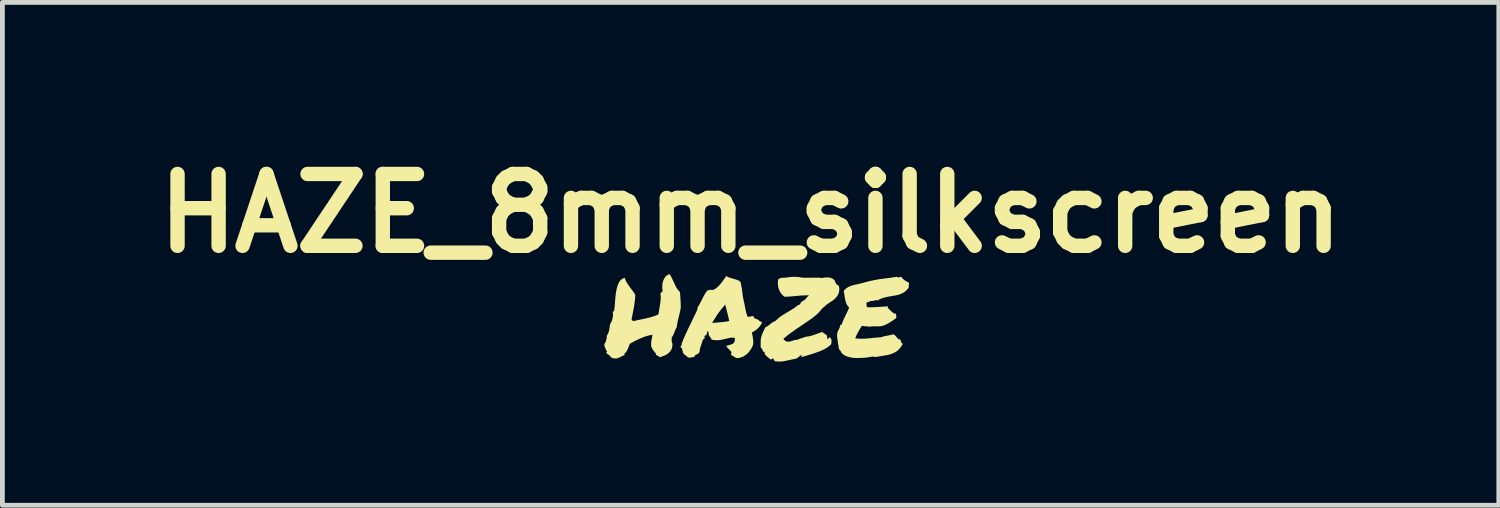
<source format=kicad_pcb>
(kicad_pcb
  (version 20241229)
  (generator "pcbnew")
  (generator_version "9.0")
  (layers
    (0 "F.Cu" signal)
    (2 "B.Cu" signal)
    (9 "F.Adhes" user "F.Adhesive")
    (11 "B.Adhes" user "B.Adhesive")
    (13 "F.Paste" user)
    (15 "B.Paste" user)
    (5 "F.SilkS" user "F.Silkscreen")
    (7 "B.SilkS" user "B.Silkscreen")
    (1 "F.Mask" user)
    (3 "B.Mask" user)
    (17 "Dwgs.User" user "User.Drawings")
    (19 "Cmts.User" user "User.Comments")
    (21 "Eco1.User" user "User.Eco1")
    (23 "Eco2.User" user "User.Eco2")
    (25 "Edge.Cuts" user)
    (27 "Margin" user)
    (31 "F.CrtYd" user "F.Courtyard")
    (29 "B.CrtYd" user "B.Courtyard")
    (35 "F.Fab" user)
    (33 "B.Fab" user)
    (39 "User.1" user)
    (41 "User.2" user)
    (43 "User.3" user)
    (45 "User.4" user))
  (footprint "HAZE_8mm_silkscreen"
    (layer "F.Cu")
    (at 12.621 3.404)
    (property "Reference" "HAZE_8mm_silkscreen" (at 0 -2 0) (layer "F.SilkS") (effects (font (size 1.5 1.5) (thickness 0.3))))
    (attr board_only exclude_from_pos_files exclude_from_bom)
    (fp_poly (pts (xy -1.675 -0.706) (xy -1.665 -0.689) (xy -1.654 -0.669) (xy -1.643 -0.647) (xy -1.63 -0.62) (xy -1.615 -0.587) (xy -1.608 -0.573) (xy -1.59 -0.533) (xy -1.575 -0.5) (xy -1.56 -0.471) (xy -1.547 -0.448) (xy -1.535 -0.427) (xy -1.523 -0.41) (xy -1.511 -0.395) (xy -1.499 -0.382) (xy -1.496 -0.378) (xy -1.474 -0.357) (xy -1.47 -0.295) (xy -1.467 -0.261) (xy -1.465 -0.225) (xy -1.463 -0.189) (xy -1.461 -0.154) (xy -1.46 -0.121) (xy -1.458 -0.092) (xy -1.458 -0.068) (xy -1.458 -0.053) (xy -1.458 -0.036) (xy -1.46 -0.016) (xy -1.463 0.006) (xy -1.468 0.032) (xy -1.475 0.062) (xy -1.483 0.097) (xy -1.493 0.139) (xy -1.497 0.151) (xy -1.511 0.211) (xy -1.523 0.265) (xy -1.532 0.313) (xy -1.536 0.342) (xy -1.538 0.36) (xy -1.541 0.373) (xy -1.545 0.384) (xy -1.551 0.395) (xy -1.553 0.4) (xy -1.56 0.411) (xy -1.567 0.428) (xy -1.576 0.447) (xy -1.584 0.467) (xy -1.585 0.471) (xy -1.597 0.502) (xy -1.608 0.527) (xy -1.618 0.548) (xy -1.627 0.564) (xy -1.636 0.576) (xy -1.647 0.59) (xy -1.647 0.638) (xy -1.647 0.659) (xy -1.646 0.674) (xy -1.645 0.685) (xy -1.643 0.694) (xy -1.64 0.703) (xy -1.638 0.705) (xy -1.635 0.715) (xy -1.632 0.724) (xy -1.632 0.734) (xy -1.632 0.747) (xy -1.632 0.758) (xy -1.634 0.777) (xy -1.637 0.796) (xy -1.641 0.812) (xy -1.642 0.816) (xy -1.654 0.844) (xy -1.671 0.873) (xy -1.694 0.9) (xy -1.719 0.924) (xy -1.747 0.944) (xy -1.748 0.945) (xy -1.762 0.952) (xy -1.781 0.962) (xy -1.804 0.972) (xy -1.829 0.982) (xy -1.854 0.991) (xy -1.87 0.996) (xy -1.894 1.004) (xy -1.923 0.984) (xy -1.936 0.975) (xy -1.949 0.967) (xy -1.959 0.962) (xy -1.962 0.96) (xy -1.973 0.956) (xy -1.977 0.952) (xy -1.977 0.946) (xy -1.975 0.942) (xy -1.974 0.938) (xy -1.974 0.933) (xy -1.977 0.928) (xy -1.983 0.92) (xy -1.994 0.908) (xy -2.012 0.886) (xy -2.03 0.863) (xy -2.045 0.839) (xy -2.058 0.818) (xy -2.067 0.799) (xy -2.068 0.795) (xy -2.074 0.773) (xy -2.076 0.747) (xy -2.076 0.715) (xy -2.073 0.679) (xy -2.067 0.637) (xy -2.061 0.607) (xy -2.048 0.535) (xy -2.062 0.537) (xy -2.11 0.547) (xy -2.162 0.56) (xy -2.217 0.578) (xy -2.274 0.6) (xy -2.334 0.626) (xy -2.394 0.655) (xy -2.454 0.686) (xy -2.477 0.699) (xy -2.522 0.725) (xy -2.536 0.764) (xy -2.545 0.787) (xy -2.555 0.812) (xy -2.566 0.837) (xy -2.578 0.86) (xy -2.589 0.88) (xy -2.598 0.894) (xy -2.599 0.897) (xy -2.609 0.907) (xy -2.62 0.915) (xy -2.624 0.918) (xy -2.633 0.922) (xy -2.636 0.926) (xy -2.634 0.93) (xy -2.633 0.933) (xy -2.628 0.946) (xy -2.63 0.955) (xy -2.637 0.961) (xy -2.639 0.962) (xy -2.647 0.965) (xy -2.659 0.971) (xy -2.674 0.978) (xy -2.691 0.987) (xy -2.694 0.988) (xy -2.72 1.001) (xy -2.742 1.011) (xy -2.76 1.019) (xy -2.776 1.024) (xy -2.79 1.028) (xy -2.804 1.03) (xy -2.815 1.031) (xy -2.842 1.03) (xy -2.863 1.027) (xy -2.864 1.027) (xy -2.878 1.022) (xy -2.894 1.017) (xy -2.902 1.013) (xy -2.914 1.007) (xy -2.92 1.002) (xy -2.923 0.996) (xy -2.924 0.994) (xy -2.927 0.985) (xy -2.934 0.977) (xy -2.945 0.967) (xy -2.961 0.956) (xy -2.97 0.949) (xy -2.987 0.938) (xy -2.998 0.93) (xy -3.005 0.923) (xy -3.009 0.917) (xy -3.011 0.911) (xy -3.011 0.908) (xy -3.009 0.9) (xy -3.004 0.894) (xy -2.999 0.891) (xy -2.995 0.893) (xy -2.993 0.894) (xy -2.994 0.891) (xy -2.999 0.883) (xy -3.005 0.873) (xy -3.013 0.86) (xy -3.02 0.845) (xy -3.024 0.838) (xy -3.028 0.827) (xy -3.034 0.811) (xy -3.041 0.796) (xy -3.042 0.793) (xy -3.049 0.776) (xy -3.053 0.763) (xy -3.054 0.753) (xy -3.052 0.741) (xy -3.049 0.727) (xy -3.043 0.71) (xy -3.038 0.699) (xy -3.034 0.694) (xy -3.028 0.693) (xy -3.028 0.693) (xy -3.024 0.693) (xy -3.022 0.689) (xy -3.022 0.681) (xy -3.022 0.678) (xy -3.02 0.666) (xy -3.017 0.651) (xy -3.013 0.635) (xy -3.011 0.628) (xy -3.006 0.612) (xy -3.003 0.601) (xy -3.002 0.592) (xy -3.003 0.585) (xy -3.004 0.582) (xy -3.005 0.575) (xy -3.005 0.569) (xy -3.003 0.562) (xy -2.999 0.553) (xy -2.991 0.539) (xy -2.99 0.537) (xy -2.981 0.52) (xy -2.972 0.501) (xy -2.965 0.484) (xy -2.963 0.479) (xy -2.957 0.457) (xy -2.951 0.431) (xy -2.946 0.402) (xy -2.941 0.372) (xy -2.938 0.344) (xy -2.938 0.342) (xy -2.936 0.326) (xy -2.934 0.315) (xy -2.931 0.307) (xy -2.926 0.3) (xy -2.925 0.299) (xy -2.91 0.276) (xy -2.898 0.248) (xy -2.887 0.217) (xy -2.879 0.183) (xy -2.874 0.149) (xy -2.872 0.117) (xy -2.874 0.087) (xy -2.876 0.071) (xy -2.878 0.061) (xy -2.878 0.055) (xy -2.874 0.051) (xy -2.874 0.05) (xy -2.865 0.047) (xy -2.86 0.047) (xy -2.853 0.046) (xy -2.85 0.041) (xy -2.848 0.031) (xy -2.846 0.016) (xy -2.843 -0.004) (xy -2.841 -0.027) (xy -2.838 -0.052) (xy -2.836 -0.078) (xy -2.833 -0.104) (xy -2.831 -0.128) (xy -2.83 -0.147) (xy -2.825 -0.215) (xy -2.819 -0.277) (xy -2.812 -0.332) (xy -2.804 -0.382) (xy -2.795 -0.427) (xy -2.784 -0.466) (xy -2.772 -0.502) (xy -2.772 -0.503) (xy -2.759 -0.534) (xy -2.747 -0.559) (xy -2.734 -0.58) (xy -2.721 -0.598) (xy -2.705 -0.613) (xy -2.695 -0.621) (xy -2.681 -0.631) (xy -2.666 -0.639) (xy -2.651 -0.646) (xy -2.638 -0.651) (xy -2.63 -0.653) (xy -2.627 -0.649) (xy -2.623 -0.641) (xy -2.621 -0.636) (xy -2.614 -0.614) (xy -2.604 -0.59) (xy -2.59 -0.563) (xy -2.571 -0.533) (xy -2.549 -0.5) (xy -2.522 -0.462) (xy -2.499 -0.431) (xy -2.476 -0.401) (xy -2.458 -0.376) (xy -2.443 -0.355) (xy -2.431 -0.337) (xy -2.421 -0.322) (xy -2.415 -0.311) (xy -2.411 -0.304) (xy -2.409 -0.297) (xy -2.408 -0.29) (xy -2.407 -0.28) (xy -2.408 -0.266) (xy -2.409 -0.255) (xy -2.411 -0.226) (xy -2.415 -0.191) (xy -2.419 -0.154) (xy -2.424 -0.116) (xy -2.43 -0.078) (xy -2.435 -0.046) (xy -2.439 -0.022) (xy -2.444 0.004) (xy -2.449 0.033) (xy -2.455 0.062) (xy -2.46 0.091) (xy -2.466 0.119) (xy -2.471 0.144) (xy -2.475 0.165) (xy -2.479 0.182) (xy -2.481 0.192) (xy -2.481 0.192) (xy -2.484 0.207) (xy -2.483 0.217) (xy -2.479 0.224) (xy -2.472 0.228) (xy -2.465 0.235) (xy -2.463 0.242) (xy -2.462 0.249) (xy -2.459 0.252) (xy -2.455 0.251) (xy -2.444 0.249) (xy -2.43 0.246) (xy -2.412 0.242) (xy -2.401 0.24) (xy -2.382 0.236) (xy -2.359 0.23) (xy -2.331 0.225) (xy -2.301 0.218) (xy -2.271 0.212) (xy -2.241 0.206) (xy -2.182 0.193) (xy -2.129 0.18) (xy -2.081 0.168) (xy -2.04 0.155) (xy -2.003 0.143) (xy -1.995 0.14) (xy -1.979 0.134) (xy -1.962 0.127) (xy -1.947 0.12) (xy -1.934 0.114) (xy -1.926 0.11) (xy -1.923 0.108) (xy -1.922 0.105) (xy -1.921 0.095) (xy -1.919 0.081) (xy -1.916 0.063) (xy -1.913 0.044) (xy -1.909 0.018) (xy -1.905 -0.011) (xy -1.9 -0.04) (xy -1.895 -0.067) (xy -1.894 -0.076) (xy -1.886 -0.119) (xy -1.881 -0.156) (xy -1.878 -0.189) (xy -1.876 -0.22) (xy -1.876 -0.25) (xy -1.878 -0.279) (xy -1.88 -0.292) (xy -1.883 -0.323) (xy -1.867 -0.344) (xy -1.858 -0.355) (xy -1.849 -0.364) (xy -1.843 -0.369) (xy -1.843 -0.369) (xy -1.837 -0.373) (xy -1.835 -0.374) (xy -1.835 -0.377) (xy -1.836 -0.386) (xy -1.838 -0.399) (xy -1.839 -0.403) (xy -1.841 -0.42) (xy -1.843 -0.44) (xy -1.844 -0.46) (xy -1.844 -0.465) (xy -1.842 -0.515) (xy -1.834 -0.561) (xy -1.821 -0.602) (xy -1.803 -0.639) (xy -1.78 -0.672) (xy -1.77 -0.683) (xy -1.754 -0.698) (xy -1.74 -0.709) (xy -1.724 -0.717) (xy -1.709 -0.723) (xy -1.689 -0.73)) (stroke (width 0) (type solid)) (fill yes) (layer "F.SilkS"))
    (fp_poly (pts (xy 3.148 -0.672) (xy 3.152 -0.666) (xy 3.172 -0.641) (xy 3.196 -0.619) (xy 3.225 -0.597) (xy 3.259 -0.576) (xy 3.276 -0.568) (xy 3.292 -0.559) (xy 3.302 -0.551) (xy 3.307 -0.543) (xy 3.308 -0.532) (xy 3.306 -0.517) (xy 3.305 -0.512) (xy 3.303 -0.497) (xy 3.303 -0.482) (xy 3.303 -0.475) (xy 3.304 -0.465) (xy 3.303 -0.458) (xy 3.3 -0.45) (xy 3.294 -0.44) (xy 3.291 -0.435) (xy 3.263 -0.401) (xy 3.23 -0.37) (xy 3.192 -0.344) (xy 3.149 -0.322) (xy 3.112 -0.307) (xy 3.098 -0.303) (xy 3.085 -0.299) (xy 3.071 -0.296) (xy 3.056 -0.292) (xy 3.038 -0.288) (xy 3.016 -0.284) (xy 2.989 -0.28) (xy 2.957 -0.274) (xy 2.95 -0.273) (xy 2.898 -0.264) (xy 2.852 -0.255) (xy 2.812 -0.246) (xy 2.776 -0.236) (xy 2.744 -0.226) (xy 2.715 -0.214) (xy 2.688 -0.202) (xy 2.676 -0.195) (xy 2.662 -0.188) (xy 2.653 -0.184) (xy 2.646 -0.183) (xy 2.639 -0.184) (xy 2.637 -0.185) (xy 2.627 -0.186) (xy 2.617 -0.186) (xy 2.604 -0.184) (xy 2.588 -0.181) (xy 2.573 -0.177) (xy 2.556 -0.173) (xy 2.538 -0.171) (xy 2.526 -0.17) (xy 2.51 -0.169) (xy 2.499 -0.167) (xy 2.493 -0.163) (xy 2.485 -0.159) (xy 2.473 -0.154) (xy 2.458 -0.148) (xy 2.454 -0.147) (xy 2.44 -0.143) (xy 2.428 -0.139) (xy 2.421 -0.137) (xy 2.419 -0.136) (xy 2.416 -0.132) (xy 2.417 -0.129) (xy 2.418 -0.122) (xy 2.42 -0.111) (xy 2.422 -0.097) (xy 2.422 -0.089) (xy 2.424 -0.07) (xy 2.426 -0.057) (xy 2.428 -0.049) (xy 2.431 -0.044) (xy 2.436 -0.042) (xy 2.438 -0.041) (xy 2.447 -0.04) (xy 2.462 -0.039) (xy 2.482 -0.039) (xy 2.506 -0.039) (xy 2.533 -0.039) (xy 2.562 -0.04) (xy 2.592 -0.041) (xy 2.621 -0.042) (xy 2.65 -0.044) (xy 2.677 -0.045) (xy 2.683 -0.046) (xy 2.711 -0.048) (xy 2.74 -0.05) (xy 2.768 -0.052) (xy 2.793 -0.054) (xy 2.814 -0.055) (xy 2.821 -0.055) (xy 2.87 -0.058) (xy 2.868 -0.046) (xy 2.866 -0.037) (xy 2.864 -0.03) (xy 2.864 -0.03) (xy 2.867 -0.026) (xy 2.873 -0.019) (xy 2.883 -0.008) (xy 2.896 0.005) (xy 2.911 0.019) (xy 2.926 0.034) (xy 2.942 0.048) (xy 2.956 0.061) (xy 2.969 0.071) (xy 2.978 0.079) (xy 2.984 0.083) (xy 2.997 0.088) (xy 3.011 0.091) (xy 3.013 0.091) (xy 3.022 0.093) (xy 3.027 0.095) (xy 3.031 0.101) (xy 3.036 0.112) (xy 3.036 0.113) (xy 3.041 0.131) (xy 3.044 0.15) (xy 3.043 0.168) (xy 3.04 0.182) (xy 3.037 0.187) (xy 3.031 0.193) (xy 3.02 0.201) (xy 3.005 0.212) (xy 2.987 0.225) (xy 2.967 0.239) (xy 2.945 0.253) (xy 2.923 0.268) (xy 2.902 0.281) (xy 2.882 0.293) (xy 2.865 0.303) (xy 2.855 0.308) (xy 2.814 0.328) (xy 2.776 0.343) (xy 2.739 0.353) (xy 2.704 0.359) (xy 2.667 0.361) (xy 2.648 0.36) (xy 2.631 0.36) (xy 2.616 0.359) (xy 2.604 0.359) (xy 2.598 0.358) (xy 2.588 0.358) (xy 2.574 0.359) (xy 2.558 0.36) (xy 2.54 0.361) (xy 2.522 0.362) (xy 2.506 0.363) (xy 2.494 0.365) (xy 2.485 0.366) (xy 2.484 0.366) (xy 2.478 0.367) (xy 2.468 0.366) (xy 2.455 0.364) (xy 2.453 0.364) (xy 2.436 0.361) (xy 2.418 0.359) (xy 2.404 0.358) (xy 2.378 0.357) (xy 2.351 0.353) (xy 2.334 0.35) (xy 2.33 0.349) (xy 2.327 0.35) (xy 2.322 0.354) (xy 2.317 0.361) (xy 2.31 0.372) (xy 2.3 0.387) (xy 2.294 0.396) (xy 2.265 0.443) (xy 2.241 0.487) (xy 2.22 0.527) (xy 2.203 0.565) (xy 2.192 0.591) (xy 2.185 0.609) (xy 2.219 0.614) (xy 2.251 0.617) (xy 2.289 0.619) (xy 2.331 0.619) (xy 2.377 0.617) (xy 2.425 0.614) (xy 2.474 0.61) (xy 2.499 0.607) (xy 2.528 0.603) (xy 2.56 0.6) (xy 2.591 0.597) (xy 2.621 0.595) (xy 2.646 0.593) (xy 2.656 0.592) (xy 2.68 0.591) (xy 2.698 0.59) (xy 2.712 0.589) (xy 2.724 0.587) (xy 2.734 0.584) (xy 2.746 0.581) (xy 2.758 0.577) (xy 2.776 0.571) (xy 2.798 0.565) (xy 2.821 0.56) (xy 2.839 0.557) (xy 2.872 0.551) (xy 2.898 0.546) (xy 2.921 0.541) (xy 2.94 0.537) (xy 2.958 0.532) (xy 2.959 0.532) (xy 2.982 0.525) (xy 2.996 0.532) (xy 3.007 0.539) (xy 3.02 0.552) (xy 3.035 0.57) (xy 3.039 0.574) (xy 3.051 0.588) (xy 3.063 0.602) (xy 3.073 0.613) (xy 3.08 0.62) (xy 3.09 0.627) (xy 3.102 0.632) (xy 3.113 0.635) (xy 3.12 0.633) (xy 3.125 0.634) (xy 3.13 0.642) (xy 3.136 0.656) (xy 3.142 0.676) (xy 3.142 0.676) (xy 3.148 0.694) (xy 3.153 0.706) (xy 3.159 0.713) (xy 3.167 0.716) (xy 3.169 0.716) (xy 3.176 0.718) (xy 3.178 0.721) (xy 3.176 0.727) (xy 3.171 0.737) (xy 3.163 0.75) (xy 3.154 0.766) (xy 3.143 0.782) (xy 3.133 0.797) (xy 3.126 0.807) (xy 3.094 0.843) (xy 3.058 0.875) (xy 3.016 0.902) (xy 2.968 0.925) (xy 2.915 0.944) (xy 2.856 0.959) (xy 2.824 0.964) (xy 2.807 0.967) (xy 2.785 0.971) (xy 2.759 0.975) (xy 2.731 0.98) (xy 2.704 0.984) (xy 2.692 0.986) (xy 2.665 0.991) (xy 2.644 0.994) (xy 2.628 0.997) (xy 2.616 0.998) (xy 2.607 0.999) (xy 2.599 0.999) (xy 2.592 0.998) (xy 2.585 0.996) (xy 2.58 0.995) (xy 2.57 0.993) (xy 2.562 0.992) (xy 2.553 0.992) (xy 2.543 0.993) (xy 2.529 0.994) (xy 2.511 0.997) (xy 2.5 0.998) (xy 2.466 1.004) (xy 2.437 1.008) (xy 2.412 1.012) (xy 2.39 1.014) (xy 2.37 1.016) (xy 2.351 1.017) (xy 2.331 1.018) (xy 2.309 1.019) (xy 2.283 1.02) (xy 2.268 1.02) (xy 2.231 1.02) (xy 2.2 1.02) (xy 2.174 1.019) (xy 2.154 1.018) (xy 2.137 1.016) (xy 2.09 1.009) (xy 2.049 0.999) (xy 2.014 0.988) (xy 1.982 0.975) (xy 1.954 0.959) (xy 1.934 0.946) (xy 1.918 0.933) (xy 1.906 0.92) (xy 1.895 0.905) (xy 1.885 0.886) (xy 1.884 0.882) (xy 1.873 0.864) (xy 1.861 0.851) (xy 1.849 0.842) (xy 1.848 0.839) (xy 1.846 0.829) (xy 1.843 0.814) (xy 1.84 0.795) (xy 1.836 0.773) (xy 1.832 0.748) (xy 1.828 0.722) (xy 1.824 0.696) (xy 1.82 0.671) (xy 1.816 0.647) (xy 1.813 0.625) (xy 1.811 0.607) (xy 1.809 0.594) (xy 1.808 0.588) (xy 1.806 0.559) (xy 1.806 0.534) (xy 1.808 0.512) (xy 1.812 0.492) (xy 1.819 0.471) (xy 1.829 0.448) (xy 1.843 0.421) (xy 1.845 0.418) (xy 1.855 0.399) (xy 1.861 0.383) (xy 1.864 0.369) (xy 1.864 0.367) (xy 1.867 0.352) (xy 1.872 0.341) (xy 1.875 0.338) (xy 1.881 0.332) (xy 1.883 0.327) (xy 1.883 0.326) (xy 1.886 0.324) (xy 1.893 0.323) (xy 1.899 0.322) (xy 1.903 0.319) (xy 1.906 0.311) (xy 1.909 0.302) (xy 1.919 0.276) (xy 1.93 0.247) (xy 1.943 0.216) (xy 1.959 0.181) (xy 1.978 0.141) (xy 1.989 0.119) (xy 2.001 0.094) (xy 2.013 0.069) (xy 2.024 0.046) (xy 2.034 0.026) (xy 2.041 0.009) (xy 2.045 -0.001) (xy 2.057 -0.033) (xy 2.043 -0.048) (xy 2.024 -0.072) (xy 2.008 -0.1) (xy 1.994 -0.133) (xy 1.982 -0.171) (xy 1.972 -0.215) (xy 1.964 -0.266) (xy 1.963 -0.273) (xy 1.96 -0.294) (xy 1.957 -0.315) (xy 1.953 -0.335) (xy 1.95 -0.347) (xy 1.947 -0.362) (xy 1.945 -0.371) (xy 1.945 -0.377) (xy 1.947 -0.381) (xy 1.949 -0.384) (xy 1.97 -0.408) (xy 1.992 -0.428) (xy 2.016 -0.446) (xy 2.042 -0.462) (xy 2.071 -0.476) (xy 2.105 -0.489) (xy 2.143 -0.5) (xy 2.187 -0.511) (xy 2.226 -0.519) (xy 2.255 -0.526) (xy 2.287 -0.533) (xy 2.321 -0.542) (xy 2.354 -0.55) (xy 2.383 -0.558) (xy 2.436 -0.572) (xy 2.488 -0.586) (xy 2.541 -0.597) (xy 2.595 -0.608) (xy 2.652 -0.618) (xy 2.713 -0.628) (xy 2.78 -0.637) (xy 2.819 -0.642) (xy 2.859 -0.647) (xy 2.893 -0.651) (xy 2.924 -0.655) (xy 2.951 -0.659) (xy 2.978 -0.664) (xy 3.004 -0.668) (xy 3.016 -0.67) (xy 3.031 -0.672) (xy 3.044 -0.674) (xy 3.053 -0.674) (xy 3.056 -0.673) (xy 3.06 -0.671) (xy 3.066 -0.67) (xy 3.076 -0.668) (xy 3.081 -0.664) (xy 3.09 -0.657) (xy 3.096 -0.654) (xy 3.101 -0.653) (xy 3.103 -0.656) (xy 3.102 -0.663) (xy 3.101 -0.671) (xy 3.104 -0.675) (xy 3.111 -0.674) (xy 3.118 -0.672) (xy 3.129 -0.67) (xy 3.136 -0.671) (xy 3.139 -0.677) (xy 3.142 -0.678)) (stroke (width 0) (type solid)) (fill yes) (layer "F.SilkS"))
    (fp_poly (pts (xy 0.943 -0.673) (xy 0.971 -0.672) (xy 0.994 -0.671) (xy 1.012 -0.669) (xy 1.029 -0.666) (xy 1.045 -0.663) (xy 1.048 -0.663) (xy 1.056 -0.661) (xy 1.064 -0.659) (xy 1.073 -0.658) (xy 1.082 -0.657) (xy 1.092 -0.656) (xy 1.105 -0.655) (xy 1.12 -0.655) (xy 1.139 -0.655) (xy 1.161 -0.655) (xy 1.188 -0.655) (xy 1.22 -0.655) (xy 1.258 -0.656) (xy 1.302 -0.656) (xy 1.314 -0.656) (xy 1.351 -0.657) (xy 1.381 -0.657) (xy 1.407 -0.656) (xy 1.427 -0.656) (xy 1.444 -0.655) (xy 1.458 -0.653) (xy 1.458 -0.653) (xy 1.475 -0.651) (xy 1.487 -0.65) (xy 1.498 -0.65) (xy 1.508 -0.652) (xy 1.519 -0.655) (xy 1.537 -0.658) (xy 1.559 -0.66) (xy 1.584 -0.661) (xy 1.609 -0.661) (xy 1.632 -0.66) (xy 1.651 -0.658) (xy 1.656 -0.657) (xy 1.68 -0.649) (xy 1.702 -0.639) (xy 1.723 -0.628) (xy 1.74 -0.615) (xy 1.754 -0.601) (xy 1.762 -0.589) (xy 1.764 -0.582) (xy 1.772 -0.554) (xy 1.786 -0.53) (xy 1.805 -0.511) (xy 1.825 -0.498) (xy 1.835 -0.492) (xy 1.841 -0.487) (xy 1.844 -0.481) (xy 1.847 -0.471) (xy 1.848 -0.465) (xy 1.853 -0.423) (xy 1.851 -0.381) (xy 1.842 -0.341) (xy 1.827 -0.303) (xy 1.805 -0.266) (xy 1.776 -0.232) (xy 1.766 -0.222) (xy 1.753 -0.209) (xy 1.741 -0.199) (xy 1.729 -0.189) (xy 1.715 -0.179) (xy 1.7 -0.168) (xy 1.681 -0.156) (xy 1.658 -0.141) (xy 1.646 -0.133) (xy 1.62 -0.116) (xy 1.598 -0.101) (xy 1.58 -0.088) (xy 1.569 -0.078) (xy 1.565 -0.075) (xy 1.555 -0.064) (xy 1.542 -0.052) (xy 1.528 -0.041) (xy 1.525 -0.039) (xy 1.511 -0.027) (xy 1.496 -0.012) (xy 1.481 0.003) (xy 1.475 0.011) (xy 1.458 0.031) (xy 1.442 0.051) (xy 1.425 0.069) (xy 1.408 0.087) (xy 1.389 0.105) (xy 1.369 0.123) (xy 1.346 0.142) (xy 1.321 0.162) (xy 1.293 0.183) (xy 1.262 0.206) (xy 1.226 0.231) (xy 1.186 0.259) (xy 1.14 0.29) (xy 1.094 0.321) (xy 1.055 0.348) (xy 1.016 0.374) (xy 0.978 0.4) (xy 0.942 0.425) (xy 0.908 0.449) (xy 0.877 0.471) (xy 0.849 0.49) (xy 0.827 0.506) (xy 0.809 0.519) (xy 0.807 0.521) (xy 0.792 0.532) (xy 0.775 0.546) (xy 0.757 0.56) (xy 0.74 0.574) (xy 0.723 0.588) (xy 0.709 0.6) (xy 0.697 0.61) (xy 0.689 0.618) (xy 0.686 0.621) (xy 0.687 0.625) (xy 0.693 0.633) (xy 0.703 0.644) (xy 0.705 0.645) (xy 0.725 0.663) (xy 0.746 0.674) (xy 0.768 0.679) (xy 0.793 0.68) (xy 0.796 0.68) (xy 0.813 0.678) (xy 0.831 0.675) (xy 0.846 0.671) (xy 0.859 0.666) (xy 0.876 0.66) (xy 0.894 0.654) (xy 0.899 0.653) (xy 0.919 0.646) (xy 0.935 0.643) (xy 0.948 0.642) (xy 0.95 0.643) (xy 0.961 0.643) (xy 0.971 0.641) (xy 0.982 0.638) (xy 0.997 0.632) (xy 1.004 0.629) (xy 1.022 0.621) (xy 1.044 0.613) (xy 1.066 0.606) (xy 1.076 0.603) (xy 1.094 0.597) (xy 1.112 0.592) (xy 1.127 0.586) (xy 1.135 0.583) (xy 1.151 0.578) (xy 1.173 0.574) (xy 1.192 0.572) (xy 1.212 0.569) (xy 1.234 0.565) (xy 1.257 0.559) (xy 1.283 0.551) (xy 1.313 0.542) (xy 1.349 0.529) (xy 1.36 0.525) (xy 1.383 0.517) (xy 1.407 0.508) (xy 1.431 0.5) (xy 1.451 0.493) (xy 1.46 0.489) (xy 1.499 0.476) (xy 1.511 0.488) (xy 1.52 0.496) (xy 1.533 0.505) (xy 1.547 0.515) (xy 1.551 0.517) (xy 1.568 0.528) (xy 1.581 0.537) (xy 1.589 0.546) (xy 1.594 0.558) (xy 1.597 0.572) (xy 1.599 0.584) (xy 1.601 0.599) (xy 1.602 0.612) (xy 1.603 0.622) (xy 1.603 0.624) (xy 1.604 0.63) (xy 1.606 0.631) (xy 1.61 0.629) (xy 1.617 0.622) (xy 1.626 0.613) (xy 1.631 0.608) (xy 1.641 0.597) (xy 1.648 0.59) (xy 1.653 0.587) (xy 1.656 0.588) (xy 1.659 0.59) (xy 1.66 0.591) (xy 1.67 0.603) (xy 1.68 0.619) (xy 1.687 0.636) (xy 1.689 0.645) (xy 1.69 0.658) (xy 1.69 0.676) (xy 1.688 0.697) (xy 1.688 0.697) (xy 1.684 0.732) (xy 1.663 0.752) (xy 1.629 0.781) (xy 1.588 0.809) (xy 1.541 0.836) (xy 1.49 0.861) (xy 1.435 0.884) (xy 1.427 0.887) (xy 1.385 0.902) (xy 1.339 0.918) (xy 1.291 0.934) (xy 1.243 0.949) (xy 1.198 0.963) (xy 1.162 0.973) (xy 1.14 0.98) (xy 1.119 0.986) (xy 1.101 0.991) (xy 1.088 0.995) (xy 1.079 0.998) (xy 1.079 0.998) (xy 1.064 1.003) (xy 1.064 0.98) (xy 1.064 0.969) (xy 1.063 0.961) (xy 1.062 0.958) (xy 1.057 0.96) (xy 1.048 0.965) (xy 1.036 0.973) (xy 1.023 0.983) (xy 1.01 0.993) (xy 0.998 1.002) (xy 0.989 1.01) (xy 0.985 1.014) (xy 0.979 1.02) (xy 0.975 1.024) (xy 0.969 1.027) (xy 0.961 1.03) (xy 0.95 1.033) (xy 0.935 1.037) (xy 0.916 1.041) (xy 0.893 1.046) (xy 0.866 1.051) (xy 0.837 1.058) (xy 0.809 1.064) (xy 0.791 1.067) (xy 0.755 1.075) (xy 0.726 1.081) (xy 0.701 1.086) (xy 0.68 1.089) (xy 0.662 1.092) (xy 0.646 1.094) (xy 0.631 1.095) (xy 0.615 1.095) (xy 0.598 1.095) (xy 0.598 1.095) (xy 0.571 1.095) (xy 0.548 1.093) (xy 0.529 1.091) (xy 0.524 1.09) (xy 0.501 1.084) (xy 0.486 1.056) (xy 0.479 1.043) (xy 0.474 1.033) (xy 0.47 1.027) (xy 0.47 1.025) (xy 0.466 1.027) (xy 0.459 1.031) (xy 0.449 1.038) (xy 0.448 1.039) (xy 0.437 1.046) (xy 0.429 1.051) (xy 0.425 1.053) (xy 0.425 1.053) (xy 0.42 1.051) (xy 0.411 1.045) (xy 0.399 1.036) (xy 0.385 1.025) (xy 0.371 1.013) (xy 0.356 1.001) (xy 0.342 0.989) (xy 0.332 0.979) (xy 0.317 0.964) (xy 0.307 0.953) (xy 0.3 0.942) (xy 0.296 0.932) (xy 0.293 0.921) (xy 0.292 0.914) (xy 0.291 0.902) (xy 0.288 0.896) (xy 0.284 0.893) (xy 0.276 0.89) (xy 0.276 0.89) (xy 0.264 0.885) (xy 0.259 0.878) (xy 0.256 0.871) (xy 0.252 0.86) (xy 0.248 0.85) (xy 0.239 0.832) (xy 0.228 0.817) (xy 0.225 0.814) (xy 0.211 0.8) (xy 0.211 0.718) (xy 0.211 0.69) (xy 0.212 0.668) (xy 0.212 0.65) (xy 0.213 0.636) (xy 0.215 0.623) (xy 0.217 0.611) (xy 0.219 0.602) (xy 0.226 0.573) (xy 0.234 0.546) (xy 0.243 0.52) (xy 0.254 0.492) (xy 0.268 0.461) (xy 0.277 0.443) (xy 0.308 0.38) (xy 0.328 0.371) (xy 0.339 0.366) (xy 0.351 0.358) (xy 0.365 0.348) (xy 0.382 0.336) (xy 0.403 0.319) (xy 0.421 0.304) (xy 0.443 0.288) (xy 0.46 0.275) (xy 0.476 0.266) (xy 0.49 0.261) (xy 0.496 0.259) (xy 0.504 0.256) (xy 0.513 0.251) (xy 0.523 0.242) (xy 0.537 0.23) (xy 0.547 0.22) (xy 0.562 0.207) (xy 0.576 0.194) (xy 0.589 0.182) (xy 0.604 0.171) (xy 0.619 0.159) (xy 0.636 0.147) (xy 0.656 0.134) (xy 0.679 0.119) (xy 0.706 0.103) (xy 0.737 0.084) (xy 0.773 0.062) (xy 0.798 0.047) (xy 0.832 0.026) (xy 0.861 0.009) (xy 0.885 -0.006) (xy 0.905 -0.019) (xy 0.922 -0.031) (xy 0.937 -0.041) (xy 0.951 -0.051) (xy 0.963 -0.062) (xy 0.972 -0.069) (xy 0.986 -0.08) (xy 0.998 -0.087) (xy 1.005 -0.089) (xy 1.02 -0.092) (xy 1.032 -0.101) (xy 1.04 -0.114) (xy 1.043 -0.127) (xy 1.046 -0.133) (xy 1.054 -0.141) (xy 1.066 -0.151) (xy 1.081 -0.163) (xy 1.098 -0.174) (xy 1.107 -0.179) (xy 1.123 -0.189) (xy 1.137 -0.199) (xy 1.147 -0.209) (xy 1.154 -0.217) (xy 1.156 -0.221) (xy 1.159 -0.225) (xy 1.165 -0.232) (xy 1.175 -0.243) (xy 1.186 -0.255) (xy 1.188 -0.257) (xy 1.22 -0.289) (xy 1.166 -0.288) (xy 1.138 -0.287) (xy 1.11 -0.286) (xy 1.08 -0.285) (xy 1.047 -0.283) (xy 1.011 -0.28) (xy 0.969 -0.276) (xy 0.922 -0.272) (xy 0.916 -0.271) (xy 0.887 -0.269) (xy 0.857 -0.266) (xy 0.827 -0.264) (xy 0.8 -0.262) (xy 0.777 -0.261) (xy 0.766 -0.26) (xy 0.709 -0.258) (xy 0.695 -0.268) (xy 0.686 -0.275) (xy 0.674 -0.286) (xy 0.663 -0.297) (xy 0.662 -0.298) (xy 0.635 -0.331) (xy 0.612 -0.369) (xy 0.593 -0.41) (xy 0.58 -0.454) (xy 0.571 -0.499) (xy 0.569 -0.543) (xy 0.571 -0.574) (xy 0.574 -0.596) (xy 0.577 -0.611) (xy 0.58 -0.622) (xy 0.585 -0.629) (xy 0.592 -0.634) (xy 0.601 -0.638) (xy 0.603 -0.638) (xy 0.617 -0.643) (xy 0.631 -0.648) (xy 0.637 -0.651) (xy 0.648 -0.654) (xy 0.66 -0.656) (xy 0.674 -0.655) (xy 0.695 -0.654) (xy 0.723 -0.657) (xy 0.743 -0.659) (xy 0.783 -0.665) (xy 0.818 -0.669) (xy 0.85 -0.672) (xy 0.882 -0.673) (xy 0.915 -0.673)) (stroke (width 0) (type solid)) (fill yes) (layer "F.SilkS"))
    (fp_poly (pts (xy -0.499 -0.686) (xy -0.489 -0.681) (xy -0.482 -0.677) (xy -0.463 -0.667) (xy -0.436 -0.657) (xy -0.409 -0.649) (xy -0.387 -0.642) (xy -0.362 -0.635) (xy -0.338 -0.628) (xy -0.317 -0.622) (xy -0.283 -0.611) (xy -0.255 -0.599) (xy -0.234 -0.588) (xy -0.219 -0.575) (xy -0.211 -0.564) (xy -0.208 -0.556) (xy -0.204 -0.541) (xy -0.2 -0.522) (xy -0.195 -0.499) (xy -0.19 -0.473) (xy -0.186 -0.445) (xy -0.181 -0.416) (xy -0.176 -0.387) (xy -0.173 -0.36) (xy -0.169 -0.335) (xy -0.167 -0.313) (xy -0.167 -0.307) (xy -0.164 -0.284) (xy -0.16 -0.257) (xy -0.155 -0.231) (xy -0.152 -0.218) (xy -0.149 -0.203) (xy -0.144 -0.182) (xy -0.139 -0.157) (xy -0.133 -0.129) (xy -0.127 -0.1) (xy -0.121 -0.07) (xy -0.121 -0.067) (xy -0.114 -0.033) (xy -0.108 -0.004) (xy -0.103 0.02) (xy -0.099 0.04) (xy -0.095 0.057) (xy -0.091 0.071) (xy -0.087 0.084) (xy -0.084 0.097) (xy -0.079 0.111) (xy -0.076 0.121) (xy -0.063 0.159) (xy -0.049 0.16) (xy -0.038 0.16) (xy -0.023 0.158) (xy -0.011 0.156) (xy 0.006 0.152) (xy 0.025 0.149) (xy 0.036 0.148) (xy 0.06 0.146) (xy 0.066 0.164) (xy 0.072 0.177) (xy 0.082 0.189) (xy 0.092 0.198) (xy 0.103 0.202) (xy 0.105 0.202) (xy 0.125 0.206) (xy 0.147 0.216) (xy 0.17 0.232) (xy 0.172 0.235) (xy 0.188 0.247) (xy 0.203 0.257) (xy 0.215 0.263) (xy 0.215 0.263) (xy 0.229 0.268) (xy 0.236 0.273) (xy 0.239 0.277) (xy 0.237 0.284) (xy 0.233 0.294) (xy 0.232 0.295) (xy 0.206 0.34) (xy 0.173 0.381) (xy 0.135 0.418) (xy 0.092 0.45) (xy 0.065 0.466) (xy 0.052 0.474) (xy 0.041 0.48) (xy 0.034 0.484) (xy 0.033 0.485) (xy 0.031 0.487) (xy 0.031 0.493) (xy 0.031 0.502) (xy 0.033 0.516) (xy 0.037 0.536) (xy 0.044 0.575) (xy 0.049 0.608) (xy 0.053 0.636) (xy 0.055 0.661) (xy 0.056 0.683) (xy 0.056 0.703) (xy 0.056 0.706) (xy 0.054 0.724) (xy 0.052 0.739) (xy 0.049 0.751) (xy 0.044 0.765) (xy 0.041 0.772) (xy 0.016 0.823) (xy -0.014 0.869) (xy -0.048 0.91) (xy -0.087 0.946) (xy -0.117 0.968) (xy -0.149 0.987) (xy -0.182 1.002) (xy -0.214 1.013) (xy -0.244 1.019) (xy -0.272 1.022) (xy -0.296 1.019) (xy -0.306 1.016) (xy -0.315 1.012) (xy -0.327 1.005) (xy -0.341 0.996) (xy -0.347 0.992) (xy -0.361 0.983) (xy -0.376 0.974) (xy -0.389 0.967) (xy -0.392 0.965) (xy -0.41 0.957) (xy -0.404 0.931) (xy -0.401 0.916) (xy -0.4 0.905) (xy -0.402 0.895) (xy -0.407 0.885) (xy -0.416 0.874) (xy -0.431 0.86) (xy -0.432 0.858) (xy -0.448 0.842) (xy -0.464 0.826) (xy -0.478 0.81) (xy -0.491 0.796) (xy -0.5 0.784) (xy -0.506 0.775) (xy -0.509 0.77) (xy -0.508 0.77) (xy -0.504 0.768) (xy -0.494 0.765) (xy -0.48 0.76) (xy -0.463 0.756) (xy -0.457 0.754) (xy -0.424 0.744) (xy -0.398 0.735) (xy -0.377 0.725) (xy -0.36 0.715) (xy -0.348 0.703) (xy -0.34 0.689) (xy -0.334 0.673) (xy -0.33 0.653) (xy -0.33 0.653) (xy -0.328 0.637) (xy -0.327 0.622) (xy -0.328 0.61) (xy -0.33 0.602) (xy -0.331 0.601) (xy -0.335 0.599) (xy -0.346 0.598) (xy -0.359 0.597) (xy -0.375 0.596) (xy -0.39 0.595) (xy -0.403 0.595) (xy -0.411 0.596) (xy -0.421 0.598) (xy -0.436 0.601) (xy -0.455 0.605) (xy -0.476 0.61) (xy -0.5 0.615) (xy -0.506 0.617) (xy -0.549 0.627) (xy -0.586 0.635) (xy -0.619 0.641) (xy -0.648 0.645) (xy -0.675 0.648) (xy -0.7 0.649) (xy -0.726 0.648) (xy -0.751 0.646) (xy -0.755 0.646) (xy -0.777 0.644) (xy -0.793 0.642) (xy -0.803 0.64) (xy -0.81 0.638) (xy -0.814 0.635) (xy -0.817 0.631) (xy -0.818 0.625) (xy -0.819 0.623) (xy -0.824 0.611) (xy -0.832 0.599) (xy -0.835 0.596) (xy -0.847 0.582) (xy -0.858 0.566) (xy -0.867 0.552) (xy -0.873 0.539) (xy -0.874 0.534) (xy -0.875 0.523) (xy -0.876 0.51) (xy -0.875 0.509) (xy -0.876 0.499) (xy -0.879 0.487) (xy -0.882 0.476) (xy -0.886 0.465) (xy -0.89 0.458) (xy -0.893 0.455) (xy -0.895 0.456) (xy -0.897 0.461) (xy -0.901 0.472) (xy -0.906 0.486) (xy -0.911 0.503) (xy -0.911 0.503) (xy -0.925 0.544) (xy -0.94 0.548) (xy -0.954 0.554) (xy -0.962 0.562) (xy -0.963 0.575) (xy -0.96 0.586) (xy -0.954 0.601) (xy -0.977 0.623) (xy -0.987 0.633) (xy -0.995 0.642) (xy -1 0.648) (xy -1 0.649) (xy -1.001 0.654) (xy -1.004 0.664) (xy -1.009 0.678) (xy -1.015 0.697) (xy -1.022 0.718) (xy -1.025 0.728) (xy -1.036 0.76) (xy -1.044 0.786) (xy -1.05 0.808) (xy -1.055 0.825) (xy -1.058 0.839) (xy -1.06 0.85) (xy -1.06 0.86) (xy -1.06 0.861) (xy -1.062 0.878) (xy -1.068 0.895) (xy -1.076 0.911) (xy -1.085 0.923) (xy -1.086 0.924) (xy -1.094 0.929) (xy -1.106 0.937) (xy -1.121 0.944) (xy -1.13 0.949) (xy -1.145 0.956) (xy -1.155 0.961) (xy -1.16 0.965) (xy -1.164 0.97) (xy -1.166 0.976) (xy -1.167 0.98) (xy -1.171 0.992) (xy -1.176 0.997) (xy -1.179 0.998) (xy -1.214 1.005) (xy -1.244 1.01) (xy -1.266 1.012) (xy -1.283 1.013) (xy -1.289 1.012) (xy -1.298 1.011) (xy -1.306 1.008) (xy -1.314 1.002) (xy -1.325 0.993) (xy -1.33 0.988) (xy -1.343 0.976) (xy -1.358 0.964) (xy -1.371 0.954) (xy -1.373 0.953) (xy -1.386 0.943) (xy -1.397 0.932) (xy -1.405 0.919) (xy -1.412 0.902) (xy -1.418 0.879) (xy -1.42 0.869) (xy -1.424 0.853) (xy -1.427 0.84) (xy -1.429 0.831) (xy -1.429 0.827) (xy -1.432 0.824) (xy -1.438 0.817) (xy -1.446 0.808) (xy -1.449 0.805) (xy -1.469 0.785) (xy -1.454 0.773) (xy -1.446 0.767) (xy -1.442 0.761) (xy -1.44 0.753) (xy -1.44 0.742) (xy -1.44 0.74) (xy -1.439 0.731) (xy -1.438 0.722) (xy -1.435 0.711) (xy -1.43 0.697) (xy -1.423 0.679) (xy -1.418 0.668) (xy -1.408 0.642) (xy -1.397 0.617) (xy -1.387 0.593) (xy -1.376 0.568) (xy -1.364 0.541) (xy -1.351 0.514) (xy -1.338 0.484) (xy -1.322 0.452) (xy -1.306 0.416) (xy -1.287 0.377) (xy -1.266 0.334) (xy -1.243 0.286) (xy -1.243 0.286) (xy -0.802 0.286) (xy -0.798 0.287) (xy -0.79 0.286) (xy -0.779 0.286) (xy -0.768 0.285) (xy -0.751 0.284) (xy -0.731 0.282) (xy -0.71 0.281) (xy -0.7 0.28) (xy -0.666 0.278) (xy -0.631 0.275) (xy -0.597 0.271) (xy -0.565 0.268) (xy -0.535 0.264) (xy -0.508 0.26) (xy -0.485 0.257) (xy -0.467 0.253) (xy -0.454 0.25) (xy -0.448 0.247) (xy -0.448 0.247) (xy -0.448 0.243) (xy -0.449 0.233) (xy -0.452 0.218) (xy -0.457 0.197) (xy -0.463 0.169) (xy -0.471 0.135) (xy -0.481 0.094) (xy -0.49 0.06) (xy -0.499 0.022) (xy -0.507 -0.01) (xy -0.514 -0.035) (xy -0.519 -0.056) (xy -0.524 -0.072) (xy -0.527 -0.083) (xy -0.53 -0.09) (xy -0.532 -0.095) (xy -0.533 -0.096) (xy -0.535 -0.095) (xy -0.536 -0.092) (xy -0.537 -0.089) (xy -0.54 -0.084) (xy -0.547 -0.075) (xy -0.557 -0.063) (xy -0.568 -0.049) (xy -0.571 -0.046) (xy -0.593 -0.02) (xy -0.616 0.009) (xy -0.639 0.038) (xy -0.661 0.068) (xy -0.682 0.096) (xy -0.7 0.122) (xy -0.715 0.146) (xy -0.726 0.165) (xy -0.728 0.168) (xy -0.734 0.179) (xy -0.742 0.192) (xy -0.75 0.204) (xy -0.758 0.216) (xy -0.767 0.23) (xy -0.777 0.245) (xy -0.786 0.259) (xy -0.794 0.271) (xy -0.799 0.28) (xy -0.801 0.285) (xy -0.802 0.286) (xy -1.243 0.286) (xy -1.217 0.233) (xy -1.189 0.174) (xy -1.189 0.173) (xy -1.171 0.137) (xy -1.156 0.106) (xy -1.144 0.081) (xy -1.134 0.06) (xy -1.126 0.043) (xy -1.12 0.03) (xy -1.116 0.019) (xy -1.113 0.011) (xy -1.111 0.004) (xy -1.11 -0.001) (xy -1.11 -0.006) (xy -1.11 -0.009) (xy -1.11 -0.019) (xy -1.108 -0.026) (xy -1.106 -0.034) (xy -1.101 -0.044) (xy -1.093 -0.057) (xy -1.087 -0.066) (xy -1.079 -0.078) (xy -1.069 -0.095) (xy -1.058 -0.117) (xy -1.045 -0.141) (xy -1.031 -0.168) (xy -1.017 -0.195) (xy -1.011 -0.207) (xy -0.995 -0.239) (xy -0.981 -0.266) (xy -0.97 -0.288) (xy -0.959 -0.306) (xy -0.95 -0.322) (xy -0.941 -0.336) (xy -0.932 -0.349) (xy -0.928 -0.354) (xy -0.917 -0.369) (xy -0.908 -0.38) (xy -0.902 -0.387) (xy -0.897 -0.391) (xy -0.892 -0.393) (xy -0.887 -0.393) (xy -0.885 -0.393) (xy -0.872 -0.395) (xy -0.859 -0.398) (xy -0.856 -0.4) (xy -0.846 -0.403) (xy -0.837 -0.404) (xy -0.825 -0.403) (xy -0.813 -0.402) (xy -0.799 -0.4) (xy -0.789 -0.4) (xy -0.781 -0.401) (xy -0.772 -0.405) (xy -0.764 -0.409) (xy -0.737 -0.424) (xy -0.711 -0.443) (xy -0.684 -0.466) (xy -0.656 -0.493) (xy -0.628 -0.526) (xy -0.597 -0.564) (xy -0.565 -0.608) (xy -0.546 -0.635) (xy -0.535 -0.651) (xy -0.525 -0.666) (xy -0.517 -0.677) (xy -0.511 -0.685) (xy -0.51 -0.687) (xy -0.506 -0.688)) (stroke (width 0) (type solid)) (fill yes) (layer "F.SilkS")))
  (gr_rect
    (start -3 -3)
    (end 28.243 7.499)
    (stroke (width 0.1) (type default))
    (fill no)
    (layer "Edge.Cuts")))
</source>
